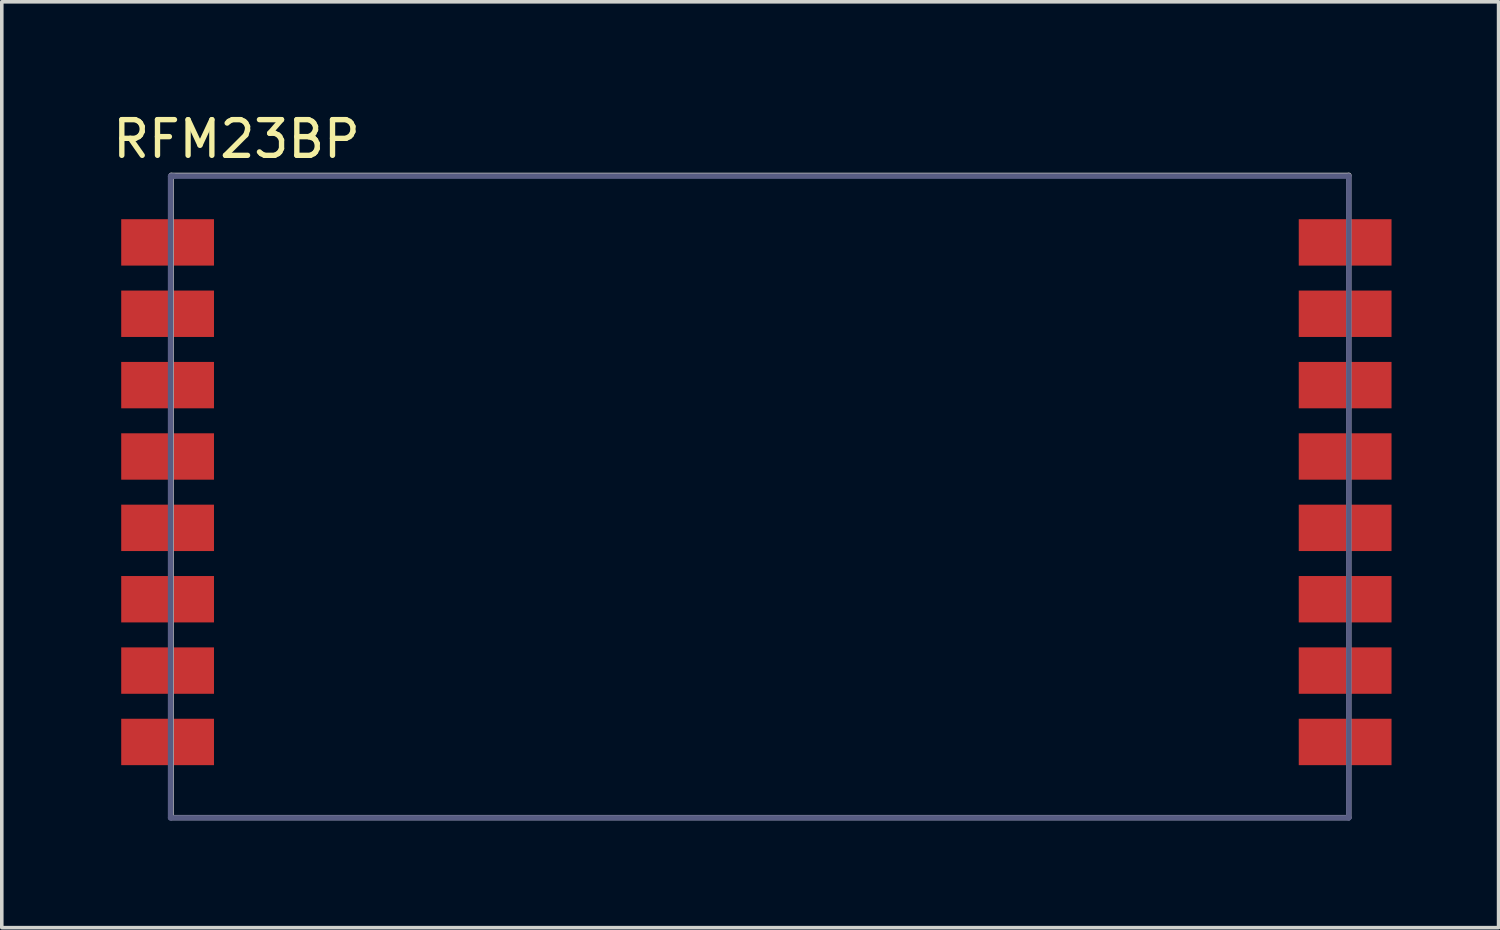
<source format=kicad_pcb>
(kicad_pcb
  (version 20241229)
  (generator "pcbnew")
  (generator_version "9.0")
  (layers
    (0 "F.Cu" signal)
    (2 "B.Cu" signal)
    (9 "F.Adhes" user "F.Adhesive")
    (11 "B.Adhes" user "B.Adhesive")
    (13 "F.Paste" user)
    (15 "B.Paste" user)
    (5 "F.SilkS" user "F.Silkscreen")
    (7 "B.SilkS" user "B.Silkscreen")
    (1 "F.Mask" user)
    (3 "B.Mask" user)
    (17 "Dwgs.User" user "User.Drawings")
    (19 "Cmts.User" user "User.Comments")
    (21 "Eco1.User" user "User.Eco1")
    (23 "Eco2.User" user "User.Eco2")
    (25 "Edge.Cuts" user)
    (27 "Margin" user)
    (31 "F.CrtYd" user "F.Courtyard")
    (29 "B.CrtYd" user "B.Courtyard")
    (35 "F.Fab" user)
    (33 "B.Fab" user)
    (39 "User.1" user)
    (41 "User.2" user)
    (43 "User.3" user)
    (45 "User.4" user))
  (footprint "RFM23BP"
    (layer "F.Cu")
    (at 14.886 10.321)
    (property "Reference" "RFM23BP" (at -11.308 -9.473 0) (layer "F.SilkS") (effects (font (size 1 1) (thickness 0.15))))
    (attr through_hole)
    (fp_line (start -13.157 -8.433) (end -13.056 -8.433) (stroke (width 0.15) (type solid)) (layer "B.Fab"))
    (fp_line (start -13.157 9.55) (end -13.157 -8.433) (stroke (width 0.15) (type solid)) (layer "B.Fab"))
    (fp_line (start -13.106 -8.433) (end 19.863 -8.433) (stroke (width 0.15) (type solid)) (layer "B.Fab"))
    (fp_line (start 19.863 -8.433) (end 19.863 9.55) (stroke (width 0.15) (type solid)) (layer "B.Fab"))
    (fp_line (start 19.863 9.55) (end -13.157 9.55) (stroke (width 0.15) (type solid)) (layer "B.Fab"))
    (fp_line (start -13.137 -8.457) (end -13.137 9.543) (stroke (width 0.15) (type solid)) (layer "F.Fab"))
    (fp_line (start -13.137 9.543) (end 19.863 9.543) (stroke (width 0.15) (type solid)) (layer "F.Fab"))
    (fp_line (start 19.863 -8.457) (end -13.137 -8.457) (stroke (width 0.15) (type solid)) (layer "F.Fab"))
    (fp_line (start 19.863 9.543) (end 19.863 -8.457) (stroke (width 0.15) (type solid)) (layer "F.Fab"))
    (pad "1" smd rect (at -13.239 -6.578) (size 2.6 1.3) (layers "F.Cu" "F.Mask" "F.Paste"))
    (pad "2" smd rect (at -13.239 -4.578) (size 2.6 1.3) (layers "F.Cu" "F.Mask" "F.Paste"))
    (pad "3" smd rect (at -13.239 -2.578) (size 2.6 1.3) (layers "F.Cu" "F.Mask" "F.Paste"))
    (pad "4" smd rect (at -13.239 -0.578) (size 2.6 1.3) (layers "F.Cu" "F.Mask" "F.Paste"))
    (pad "5" smd rect (at -13.239 1.422) (size 2.6 1.3) (layers "F.Cu" "F.Mask" "F.Paste"))
    (pad "6" smd rect (at -13.239 3.422) (size 2.6 1.3) (layers "F.Cu" "F.Mask" "F.Paste"))
    (pad "7" smd rect (at -13.239 5.422) (size 2.6 1.3) (layers "F.Cu" "F.Mask" "F.Paste"))
    (pad "8" smd rect (at -13.239 7.422) (size 2.6 1.3) (layers "F.Cu" "F.Mask" "F.Paste"))
    (pad "9" smd rect (at 19.761 7.422) (size 2.6 1.3) (layers "F.Cu" "F.Mask" "F.Paste"))
    (pad "10" smd rect (at 19.761 5.422) (size 2.6 1.3) (layers "F.Cu" "F.Mask" "F.Paste"))
    (pad "11" smd rect (at 19.761 3.422) (size 2.6 1.3) (layers "F.Cu" "F.Mask" "F.Paste"))
    (pad "12" smd rect (at 19.761 1.422) (size 2.6 1.3) (layers "F.Cu" "F.Mask" "F.Paste"))
    (pad "13" smd rect (at 19.761 -0.578) (size 2.6 1.3) (layers "F.Cu" "F.Mask" "F.Paste"))
    (pad "14" smd rect (at 19.761 -2.578) (size 2.6 1.3) (layers "F.Cu" "F.Mask" "F.Paste"))
    (pad "15" smd rect (at 19.761 -4.578) (size 2.6 1.3) (layers "F.Cu" "F.Mask" "F.Paste"))
    (pad "16" smd rect (at 19.761 -6.578) (size 2.6 1.3) (layers "F.Cu" "F.Mask" "F.Paste")))
  (gr_rect
    (start -3 -3)
    (end 38.947 22.947)
    (stroke (width 0.1) (type default))
    (fill no)
    (layer "Edge.Cuts")))
</source>
